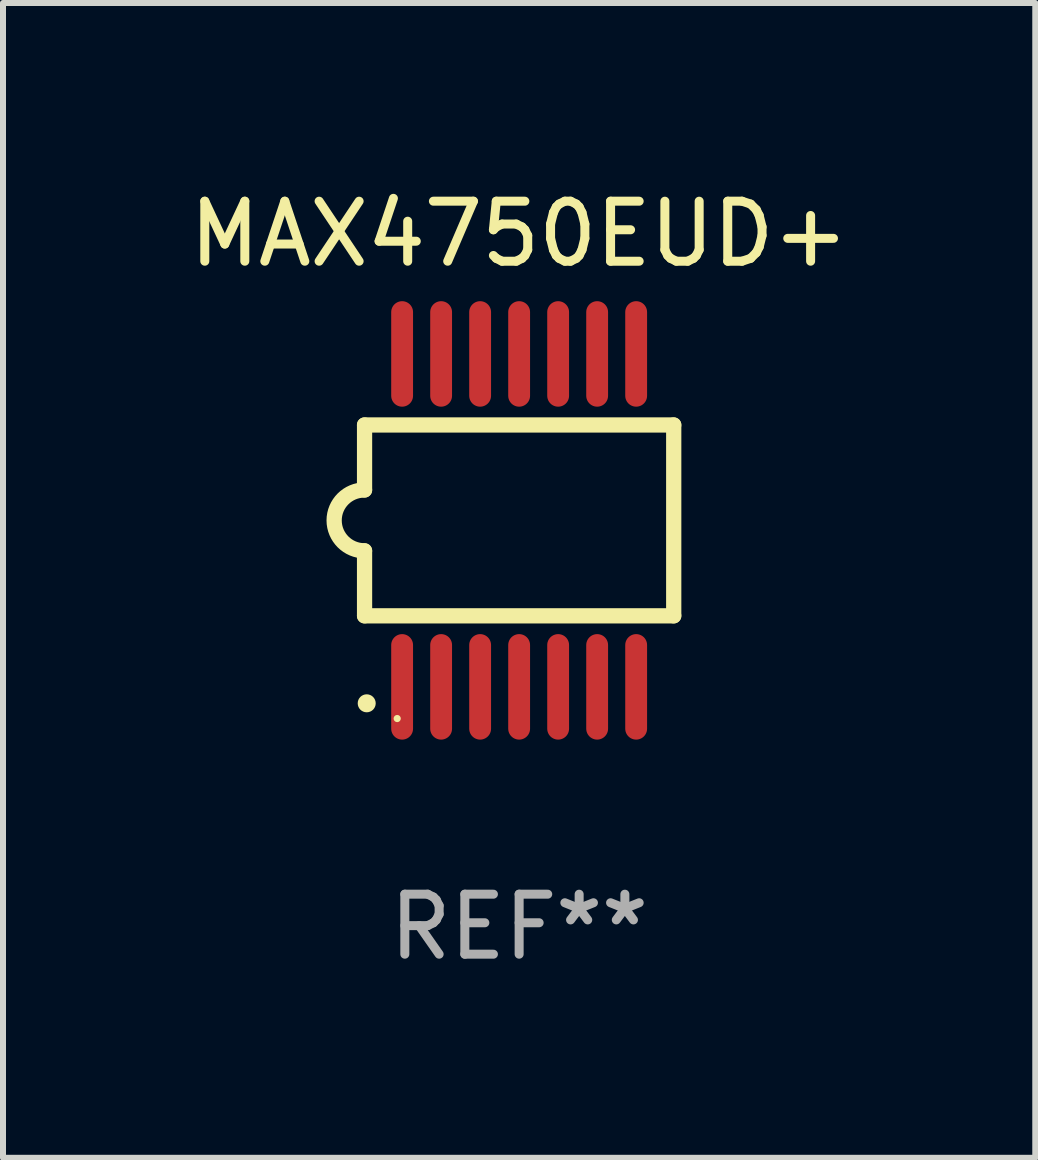
<source format=kicad_pcb>
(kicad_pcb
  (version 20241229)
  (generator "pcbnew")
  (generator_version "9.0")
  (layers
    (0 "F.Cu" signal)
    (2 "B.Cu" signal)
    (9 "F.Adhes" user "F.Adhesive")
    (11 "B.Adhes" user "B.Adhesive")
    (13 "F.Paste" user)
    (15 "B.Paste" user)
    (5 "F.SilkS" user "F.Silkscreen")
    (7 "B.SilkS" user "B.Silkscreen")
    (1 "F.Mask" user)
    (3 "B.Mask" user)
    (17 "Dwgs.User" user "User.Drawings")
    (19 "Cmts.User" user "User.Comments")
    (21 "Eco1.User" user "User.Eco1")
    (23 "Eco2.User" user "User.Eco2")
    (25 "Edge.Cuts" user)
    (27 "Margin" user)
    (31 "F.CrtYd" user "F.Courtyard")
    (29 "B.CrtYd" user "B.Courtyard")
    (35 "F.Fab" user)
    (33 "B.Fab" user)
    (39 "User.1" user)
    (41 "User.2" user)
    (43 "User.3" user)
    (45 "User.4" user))
  (footprint "MAX4750EUD+"
    (layer "F.Cu")
    (at 5.601 5.622)
    (property "Reference" "MAX4750EUD+" (at 0 -4.774 0) (layer "F.SilkS") (effects (font (size 1 1) (thickness 0.15))))
    (attr through_hole)
    (fp_line (start -2.576 -1.59) (end -2.576 -0.508) (stroke (width 0.254) (type solid)) (layer "F.SilkS"))
    (fp_line (start -2.576 -1.59) (end 2.576 -1.59) (stroke (width 0.254) (type solid)) (layer "F.SilkS"))
    (fp_line (start -2.576 1.59) (end -2.576 0.508) (stroke (width 0.254) (type solid)) (layer "F.SilkS"))
    (fp_line (start 2.576 -1.59) (end 2.576 1.59) (stroke (width 0.254) (type solid)) (layer "F.SilkS"))
    (fp_line (start 2.576 1.59) (end -2.576 1.59) (stroke (width 0.254) (type solid)) (layer "F.SilkS"))
    (fp_arc (start -2.576099 0.506706) (mid -3.081511 0) (end -2.576098 -0.506706) (stroke (width 0.254001) (type solid)) (layer "F.SilkS"))
    (fp_circle (center -2.54 3.048) (end -2.465 3.048) (stroke (width 0.15) (type solid)) (fill no) (layer "F.SilkS"))
    (fp_circle (center -2.032 3.302) (end -2.002 3.302) (stroke (width 0.06) (type solid)) (fill no) (layer "F.SilkS"))
    (fp_text user "REF**" (at 0 6.774 0) (layer "F.Fab") (effects (font (size 1 1) (thickness 0.15))))
    (pad "1" smd oval (at -1.95 2.774) (size 0.364 1.758) (layers "F.Cu" "F.Mask" "F.Paste"))
    (pad "2" smd oval (at -1.3 2.774) (size 0.364 1.758) (layers "F.Cu" "F.Mask" "F.Paste"))
    (pad "3" smd oval (at -0.65 2.774) (size 0.364 1.758) (layers "F.Cu" "F.Mask" "F.Paste"))
    (pad "4" smd oval (at 0 2.774) (size 0.364 1.758) (layers "F.Cu" "F.Mask" "F.Paste"))
    (pad "5" smd oval (at 0.65 2.774) (size 0.364 1.758) (layers "F.Cu" "F.Mask" "F.Paste"))
    (pad "6" smd oval (at 1.3 2.774) (size 0.364 1.758) (layers "F.Cu" "F.Mask" "F.Paste"))
    (pad "7" smd oval (at 1.95 2.774) (size 0.364 1.758) (layers "F.Cu" "F.Mask" "F.Paste"))
    (pad "8" smd oval (at 1.95 -2.774) (size 0.364 1.758) (layers "F.Cu" "F.Mask" "F.Paste"))
    (pad "9" smd oval (at 1.3 -2.774) (size 0.364 1.758) (layers "F.Cu" "F.Mask" "F.Paste"))
    (pad "10" smd oval (at 0.65 -2.774) (size 0.364 1.758) (layers "F.Cu" "F.Mask" "F.Paste"))
    (pad "11" smd oval (at 0 -2.774) (size 0.364 1.758) (layers "F.Cu" "F.Mask" "F.Paste"))
    (pad "12" smd oval (at -0.65 -2.774) (size 0.364 1.758) (layers "F.Cu" "F.Mask" "F.Paste"))
    (pad "13" smd oval (at -1.3 -2.774) (size 0.364 1.758) (layers "F.Cu" "F.Mask" "F.Paste"))
    (pad "14" smd oval (at -1.95 -2.774) (size 0.364 1.758) (layers "F.Cu" "F.Mask" "F.Paste")))
  (gr_rect
    (start -3 -3)
    (end 14.202 16.244)
    (stroke (width 0.1) (type default))
    (fill no)
    (layer "Edge.Cuts")))
</source>
